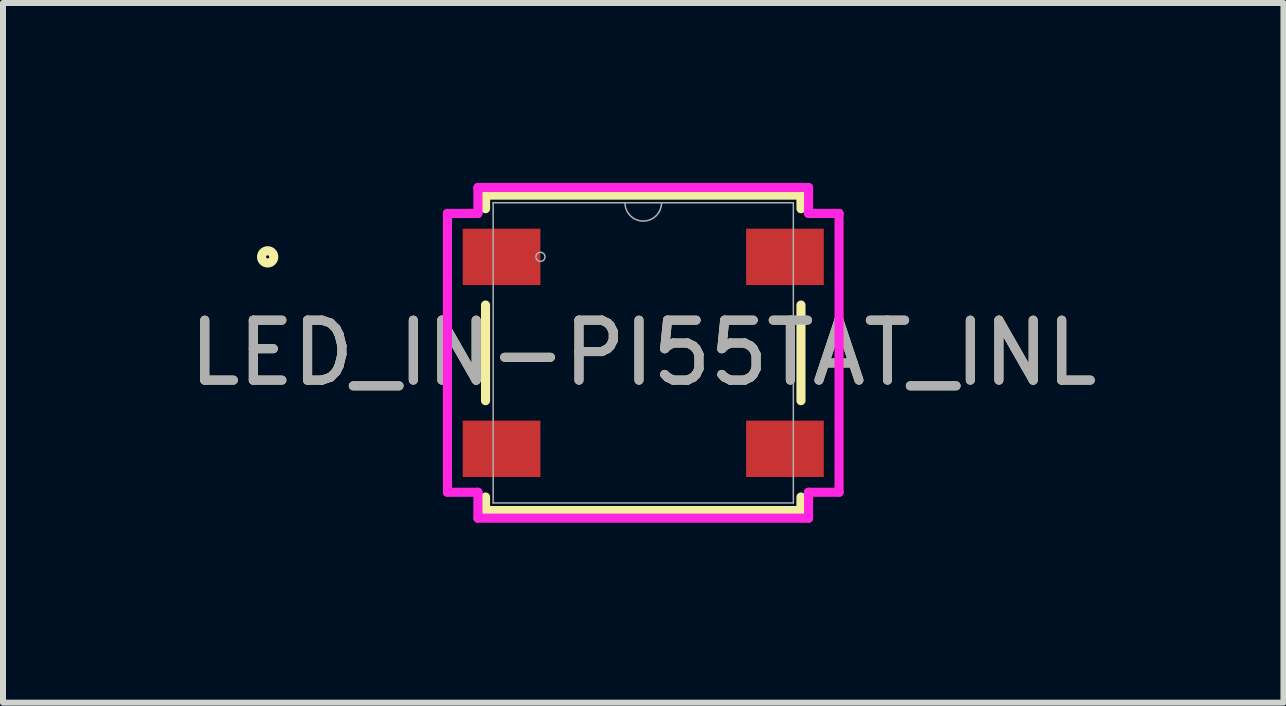
<source format=kicad_pcb>
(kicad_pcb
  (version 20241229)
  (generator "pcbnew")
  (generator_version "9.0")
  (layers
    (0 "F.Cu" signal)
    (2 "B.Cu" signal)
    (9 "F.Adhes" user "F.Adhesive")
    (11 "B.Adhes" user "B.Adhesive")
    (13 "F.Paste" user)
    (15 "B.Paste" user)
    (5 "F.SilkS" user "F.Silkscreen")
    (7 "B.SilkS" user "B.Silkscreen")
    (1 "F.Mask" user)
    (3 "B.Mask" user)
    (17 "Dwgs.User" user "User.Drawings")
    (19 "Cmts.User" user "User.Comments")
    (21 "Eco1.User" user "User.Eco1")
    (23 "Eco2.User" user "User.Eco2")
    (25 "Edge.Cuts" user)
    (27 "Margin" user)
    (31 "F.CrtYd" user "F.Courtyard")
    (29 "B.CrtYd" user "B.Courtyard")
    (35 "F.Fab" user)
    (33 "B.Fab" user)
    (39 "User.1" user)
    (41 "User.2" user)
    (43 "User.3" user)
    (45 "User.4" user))
  (footprint "LED_IN-PI55TAT_INL"
    (layer "F.Cu")
    (at 7.673 2.832)
    (property "Reference" "LED_IN-PI55TAT_INL" (at 0 0 0) (unlocked yes) (layer "F.SilkS") (effects (font (size 1 1) (thickness 0.15))))
    (attr smd)
    (fp_line (start -2.629 -2.629) (end -2.629 -2.403) (stroke (width 0.152) (type solid)) (layer "F.SilkS"))
    (fp_line (start -2.629 -0.797) (end -2.629 0.797) (stroke (width 0.152) (type solid)) (layer "F.SilkS"))
    (fp_line (start -2.629 2.403) (end -2.629 2.629) (stroke (width 0.152) (type solid)) (layer "F.SilkS"))
    (fp_line (start -2.629 2.629) (end 2.629 2.629) (stroke (width 0.152) (type solid)) (layer "F.SilkS"))
    (fp_line (start 2.629 -2.629) (end -2.629 -2.629) (stroke (width 0.152) (type solid)) (layer "F.SilkS"))
    (fp_line (start 2.629 -2.403) (end 2.629 -2.629) (stroke (width 0.152) (type solid)) (layer "F.SilkS"))
    (fp_line (start 2.629 0.797) (end 2.629 -0.797) (stroke (width 0.152) (type solid)) (layer "F.SilkS"))
    (fp_line (start 2.629 2.629) (end 2.629 2.403) (stroke (width 0.152) (type solid)) (layer "F.SilkS"))
    (fp_circle (center -6.261 -1.6) (end -6.159 -1.6) (stroke (width 0.152) (type solid)) (fill no) (layer "F.SilkS"))
    (fp_line (start -3.264 -2.324) (end -2.756 -2.324) (stroke (width 0.152) (type solid)) (layer "F.CrtYd"))
    (fp_line (start -3.264 2.324) (end -3.264 -2.324) (stroke (width 0.152) (type solid)) (layer "F.CrtYd"))
    (fp_line (start -3.264 2.324) (end -2.756 2.324) (stroke (width 0.152) (type solid)) (layer "F.CrtYd"))
    (fp_line (start -2.756 -2.756) (end 2.756 -2.756) (stroke (width 0.152) (type solid)) (layer "F.CrtYd"))
    (fp_line (start -2.756 -2.324) (end -2.756 -2.756) (stroke (width 0.152) (type solid)) (layer "F.CrtYd"))
    (fp_line (start -2.756 2.756) (end -2.756 2.324) (stroke (width 0.152) (type solid)) (layer "F.CrtYd"))
    (fp_line (start 2.756 -2.756) (end 2.756 -2.324) (stroke (width 0.152) (type solid)) (layer "F.CrtYd"))
    (fp_line (start 2.756 2.324) (end 2.756 2.756) (stroke (width 0.152) (type solid)) (layer "F.CrtYd"))
    (fp_line (start 2.756 2.756) (end -2.756 2.756) (stroke (width 0.152) (type solid)) (layer "F.CrtYd"))
    (fp_line (start 3.264 -2.324) (end 2.756 -2.324) (stroke (width 0.152) (type solid)) (layer "F.CrtYd"))
    (fp_line (start 3.264 -2.324) (end 3.264 2.324) (stroke (width 0.152) (type solid)) (layer "F.CrtYd"))
    (fp_line (start 3.264 2.324) (end 2.756 2.324) (stroke (width 0.152) (type solid)) (layer "F.CrtYd"))
    (fp_line (start -2.502 -2.502) (end -2.502 2.502) (stroke (width 0.025) (type solid)) (layer "F.Fab"))
    (fp_line (start -2.502 2.502) (end 2.502 2.502) (stroke (width 0.025) (type solid)) (layer "F.Fab"))
    (fp_line (start 2.502 -2.502) (end -2.502 -2.502) (stroke (width 0.025) (type solid)) (layer "F.Fab"))
    (fp_line (start 2.502 2.502) (end 2.502 -2.502) (stroke (width 0.025) (type solid)) (layer "F.Fab"))
    (fp_arc (start 0.3048 -2.5019) (mid 0 -2.1971) (end -0.3048 -2.5019) (stroke (width 0.0254) (type solid)) (layer "F.Fab"))
    (fp_circle (center -1.714 -1.6) (end -1.638 -1.6) (stroke (width 0.025) (type solid)) (fill no) (layer "F.Fab"))
    (fp_text user "${REFERENCE}" (at 0 0 0) (unlocked yes) (layer "F.Fab") (effects (font (size 1 1) (thickness 0.15))))
    (pad "1" smd rect (at -2.362 -1.6) (size 1.295 0.94) (layers "F.Cu" "F.Mask" "F.Paste"))
    (pad "2" smd rect (at -2.362 1.6) (size 1.295 0.94) (layers "F.Cu" "F.Mask" "F.Paste"))
    (pad "3" smd rect (at 2.362 1.6) (size 1.295 0.94) (layers "F.Cu" "F.Mask" "F.Paste"))
    (pad "4" smd rect (at 2.362 -1.6) (size 1.295 0.94) (layers "F.Cu" "F.Mask" "F.Paste")))
  (gr_rect
    (start -3 -3)
    (end 18.345 8.664)
    (stroke (width 0.1) (type default))
    (fill no)
    (layer "Edge.Cuts")))
</source>
